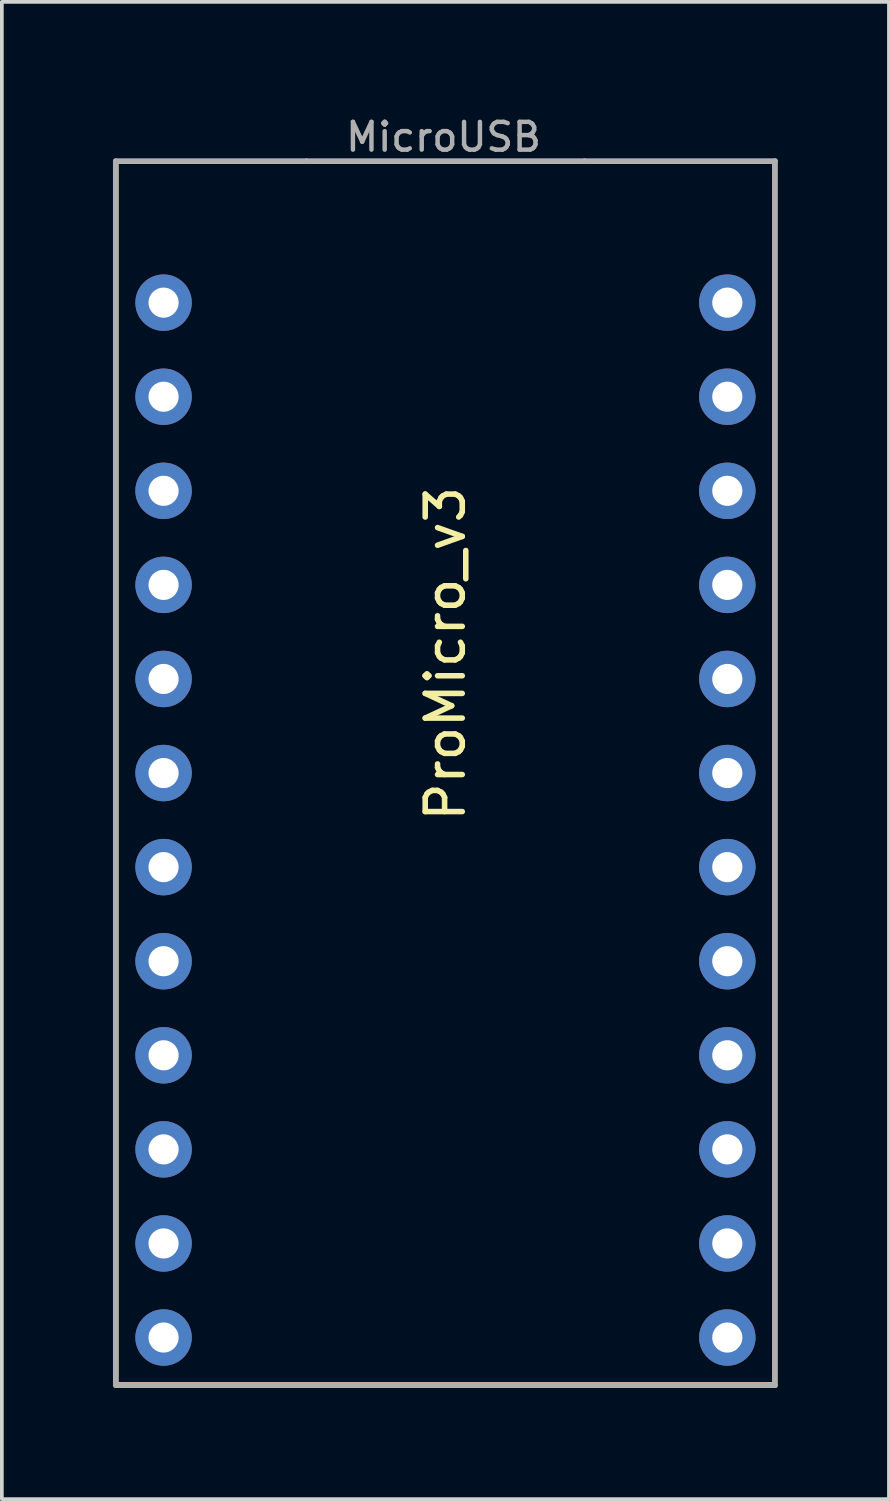
<source format=kicad_pcb>
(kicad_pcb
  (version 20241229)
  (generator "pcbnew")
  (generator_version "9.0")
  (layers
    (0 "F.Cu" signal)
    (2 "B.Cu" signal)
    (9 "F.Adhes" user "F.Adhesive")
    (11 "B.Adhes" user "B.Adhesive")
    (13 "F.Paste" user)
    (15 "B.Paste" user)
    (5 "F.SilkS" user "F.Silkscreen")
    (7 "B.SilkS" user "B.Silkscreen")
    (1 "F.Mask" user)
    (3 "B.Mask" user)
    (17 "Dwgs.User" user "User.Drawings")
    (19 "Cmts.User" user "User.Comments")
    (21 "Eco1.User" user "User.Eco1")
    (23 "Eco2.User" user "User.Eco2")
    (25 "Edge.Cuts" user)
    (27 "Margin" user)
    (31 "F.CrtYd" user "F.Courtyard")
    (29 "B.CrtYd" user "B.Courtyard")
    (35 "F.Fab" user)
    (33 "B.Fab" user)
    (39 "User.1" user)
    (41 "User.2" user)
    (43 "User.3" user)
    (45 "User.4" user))
  (footprint "ProMicro_v3"
    (layer "F.Cu")
    (at 8.975 19.599)
    (property "Reference" "ProMicro_v3" (at 0 -5 270) (layer "F.SilkS") (effects (font (size 1 1) (thickness 0.15))))
    (attr through_hole)
    (fp_line (start -8.89 -18.288) (end 8.89 -18.288) (stroke (width 0.12) (type solid)) (layer "F.SilkS"))
    (fp_line (start -8.89 14.732) (end -8.89 -18.288) (stroke (width 0.12) (type solid)) (layer "F.SilkS"))
    (fp_line (start 8.89 -18.288) (end 8.89 14.732) (stroke (width 0.12) (type solid)) (layer "F.SilkS"))
    (fp_line (start 8.89 14.732) (end -8.89 14.732) (stroke (width 0.12) (type solid)) (layer "F.SilkS"))
    (fp_line (start -8.89 -18.288) (end 8.89 -18.288) (stroke (width 0.12) (type solid)) (layer "B.SilkS"))
    (fp_line (start -8.89 14.732) (end -8.89 -18.288) (stroke (width 0.12) (type solid)) (layer "B.SilkS"))
    (fp_line (start 8.89 -18.288) (end 8.89 14.732) (stroke (width 0.12) (type solid)) (layer "B.SilkS"))
    (fp_line (start 8.89 14.732) (end -8.89 14.732) (stroke (width 0.12) (type solid)) (layer "B.SilkS"))
    (fp_line (start -8.9 -18.3) (end -3.75 -18.3) (stroke (width 0.15) (type solid)) (layer "F.Fab"))
    (fp_line (start -8.9 14.75) (end -8.9 -18.3) (stroke (width 0.15) (type solid)) (layer "F.Fab"))
    (fp_line (start -3.75 -18.3) (end 3.75 -18.3) (stroke (width 0.15) (type solid)) (layer "F.Fab"))
    (fp_line (start 3.76 -18.3) (end 8.9 -18.3) (stroke (width 0.15) (type solid)) (layer "F.Fab"))
    (fp_line (start 8.9 -18.3) (end 8.9 14.75) (stroke (width 0.15) (type solid)) (layer "F.Fab"))
    (fp_line (start 8.9 14.75) (end -8.9 14.75) (stroke (width 0.15) (type solid)) (layer "F.Fab"))
    (fp_text user "MicroUSB" (at -0.05 -18.95 0) (layer "F.Fab") (effects (font (size 0.75 0.75) (thickness 0.12))))
    (pad "1" thru_hole circle (at 7.611 -14.478) (size 1.524 1.524) (drill 0.813) (layers "*.Cu" "*.Mask"))
    (pad "2" thru_hole circle (at 7.611 -11.938) (size 1.524 1.524) (drill 0.813) (layers "*.Cu" "*.Mask"))
    (pad "3" thru_hole circle (at 7.611 -9.398) (size 1.524 1.524) (drill 0.813) (layers "*.Cu" "*.Mask"))
    (pad "4" thru_hole circle (at 7.611 -6.858) (size 1.524 1.524) (drill 0.813) (layers "*.Cu" "*.Mask"))
    (pad "5" thru_hole circle (at 7.611 -4.318) (size 1.524 1.524) (drill 0.813) (layers "*.Cu" "*.Mask"))
    (pad "6" thru_hole circle (at 7.611 -1.778) (size 1.524 1.524) (drill 0.813) (layers "*.Cu" "*.Mask"))
    (pad "7" thru_hole circle (at 7.611 0.762) (size 1.524 1.524) (drill 0.813) (layers "*.Cu" "*.Mask"))
    (pad "8" thru_hole circle (at 7.611 3.302) (size 1.524 1.524) (drill 0.813) (layers "*.Cu" "*.Mask"))
    (pad "9" thru_hole circle (at 7.611 5.842) (size 1.524 1.524) (drill 0.813) (layers "*.Cu" "*.Mask"))
    (pad "10" thru_hole circle (at 7.611 8.382) (size 1.524 1.524) (drill 0.813) (layers "*.Cu" "*.Mask"))
    (pad "11" thru_hole circle (at 7.611 10.922) (size 1.524 1.524) (drill 0.813) (layers "*.Cu" "*.Mask"))
    (pad "12" thru_hole circle (at 7.611 13.462) (size 1.524 1.524) (drill 0.813) (layers "*.Cu" "*.Mask"))
    (pad "13" thru_hole circle (at -7.609 13.462) (size 1.524 1.524) (drill 0.813) (layers "*.Cu" "*.Mask"))
    (pad "14" thru_hole circle (at -7.609 10.922) (size 1.524 1.524) (drill 0.813) (layers "*.Cu" "*.Mask"))
    (pad "15" thru_hole circle (at -7.609 8.382) (size 1.524 1.524) (drill 0.813) (layers "*.Cu" "*.Mask"))
    (pad "16" thru_hole circle (at -7.609 5.842) (size 1.524 1.524) (drill 0.813) (layers "*.Cu" "*.Mask"))
    (pad "17" thru_hole circle (at -7.609 3.302) (size 1.524 1.524) (drill 0.813) (layers "*.Cu" "*.Mask"))
    (pad "18" thru_hole circle (at -7.609 0.762) (size 1.524 1.524) (drill 0.813) (layers "*.Cu" "*.Mask"))
    (pad "19" thru_hole circle (at -7.609 -1.778) (size 1.524 1.524) (drill 0.813) (layers "*.Cu" "*.Mask"))
    (pad "20" thru_hole circle (at -7.609 -4.318) (size 1.524 1.524) (drill 0.813) (layers "*.Cu" "*.Mask"))
    (pad "21" thru_hole circle (at -7.609 -6.858) (size 1.524 1.524) (drill 0.813) (layers "*.Cu" "*.Mask"))
    (pad "22" thru_hole circle (at -7.609 -9.398) (size 1.524 1.524) (drill 0.813) (layers "*.Cu" "*.Mask"))
    (pad "23" thru_hole circle (at -7.609 -11.938) (size 1.524 1.524) (drill 0.813) (layers "*.Cu" "*.Mask"))
    (pad "24" thru_hole circle (at -7.609 -14.478) (size 1.524 1.524) (drill 0.813) (layers "*.Cu" "*.Mask")))
  (gr_rect
    (start -3 -3)
    (end 20.95 37.424)
    (stroke (width 0.1) (type default))
    (fill no)
    (layer "Edge.Cuts")))
</source>
